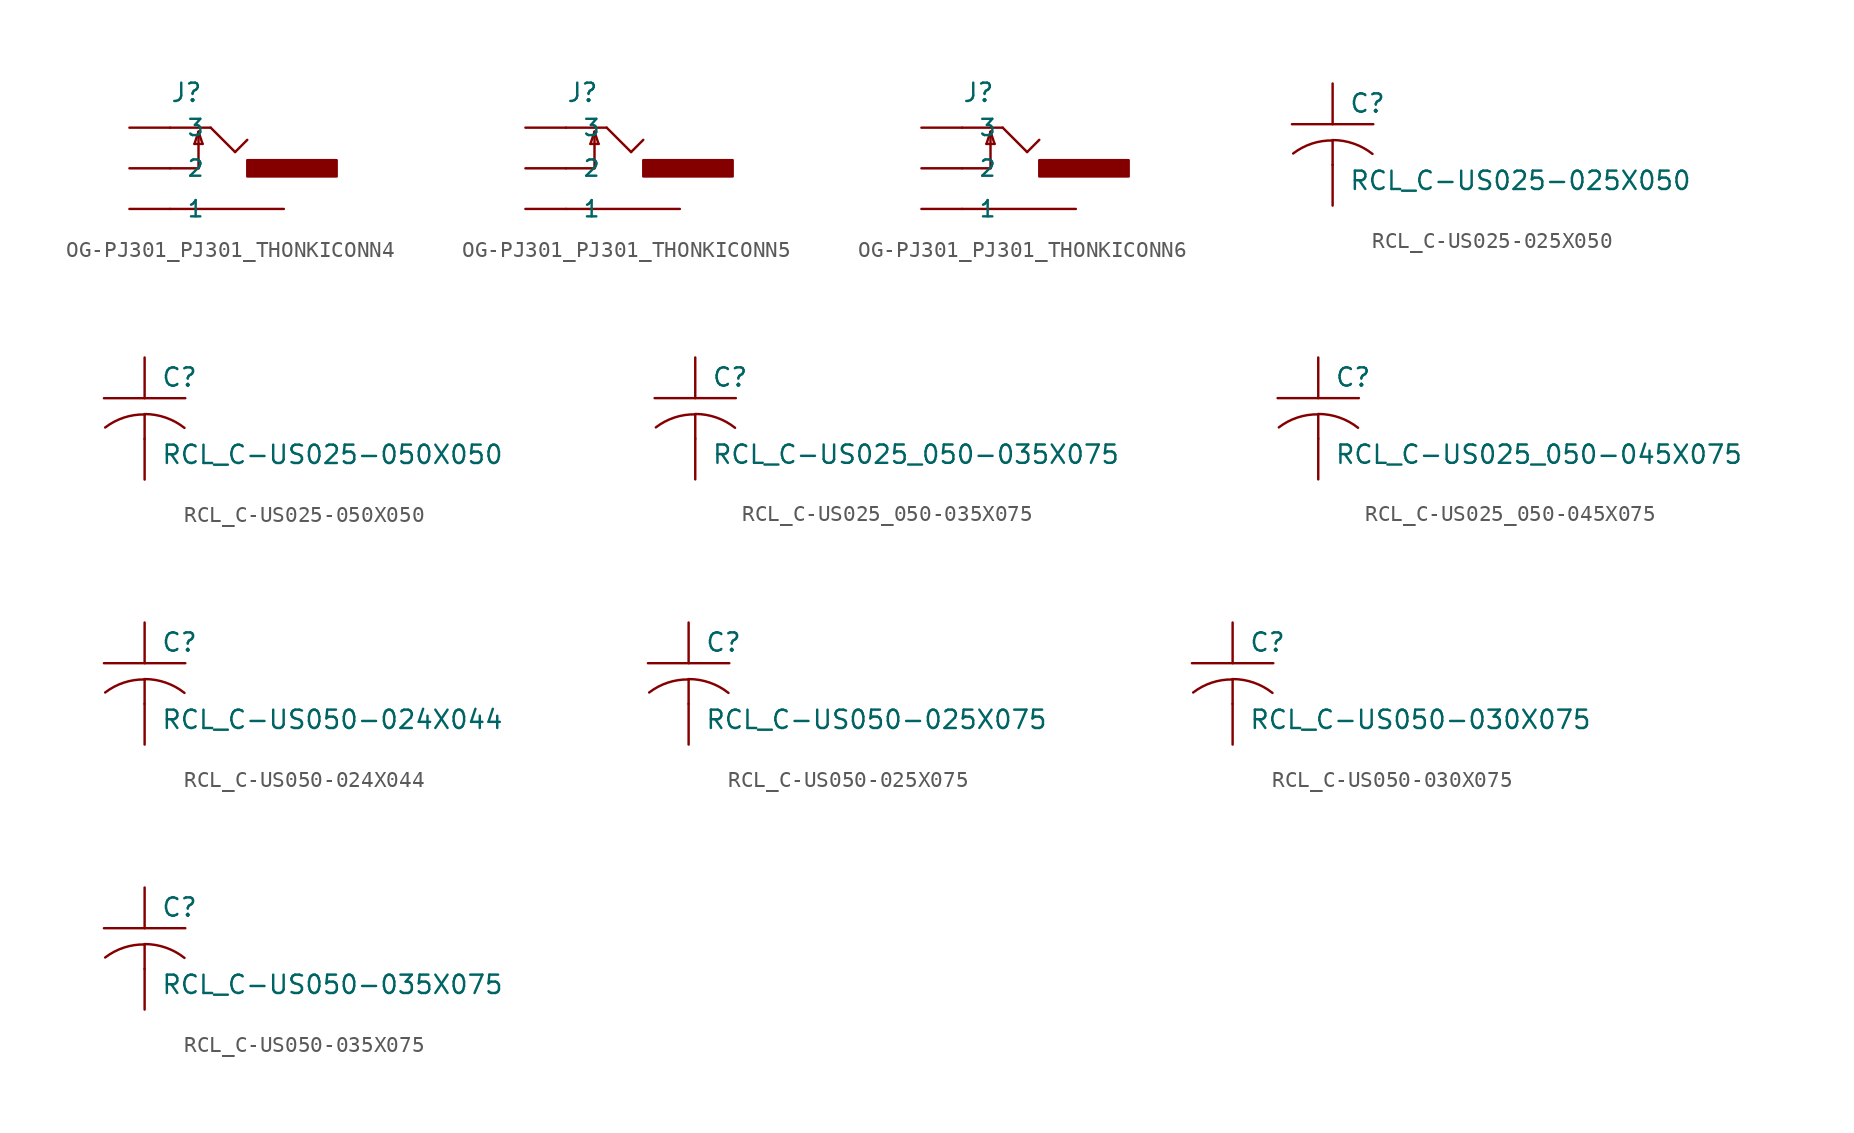
<source format=kicad_sym>
(kicad_symbol_lib
  (version 20210619)
  (generator kicad_symbol_editor)
  (symbol "OG-PJ301_PJ301_THONKICONN4"
    (pin_numbers hide)
    (pin_names
      (offset 1.016))
    (property "Reference" "J"
      (at -2.54 4.064 0)
      (effects (font (size 1.143 1.143)) (justify left bottom)))
    (property "ki_locked" ""
      (at 0 0 0)
      (effects (font (size 1.27 1.27))))
    (symbol "OG-PJ301_PJ301_THONKICONN4_1_0"
      (polyline (pts (xy -2.54 -2.54) (xy 4.572 -2.54)) (stroke (width 0)) (fill (type none)))
      (polyline (pts (xy -2.54 0) (xy -0.762 0)) (stroke (width 0)) (fill (type none)))
      (polyline (pts (xy -2.54 2.54) (xy 0 2.54)) (stroke (width 0)) (fill (type none)))
      (polyline (pts (xy -1.016 1.524) (xy -0.508 1.524)) (stroke (width 0)) (fill (type none)))
      (polyline (pts (xy -0.762 0) (xy -0.762 2.286)) (stroke (width 0)) (fill (type none)))
      (polyline (pts (xy -0.762 2.286) (xy -1.016 1.524)) (stroke (width 0)) (fill (type none)))
      (polyline (pts (xy -0.508 1.524) (xy -0.762 2.286)) (stroke (width 0)) (fill (type none)))
      (polyline (pts (xy 0 2.54) (xy 1.524 1.016)) (stroke (width 0)) (fill (type none)))
      (polyline (pts (xy 1.524 1.016) (xy 2.286 1.778)) (stroke (width 0)) (fill (type none))))
    (symbol "OG-PJ301_PJ301_THONKICONN4_1_1"
      (rectangle (start 2.286 -0.508) (end 7.874 0.508) (stroke (width 0)) (fill (type outline)))
      (pin passive line (at -5.08 -2.54 0) (length 2.54) (name "1" (effects (font (size 1.016 1.016)))) (number "P1" (effects (font (size 1.016 1.016)))))
      (pin passive line (at -5.08 0 0) (length 2.54) (name "2" (effects (font (size 1.016 1.016)))) (number "P2" (effects (font (size 1.016 1.016)))))
      (pin passive line (at -5.08 2.54 0) (length 2.54) (name "3" (effects (font (size 1.016 1.016)))) (number "P3" (effects (font (size 1.016 1.016)))))))
  (symbol "OG-PJ301_PJ301_THONKICONN5"
    (pin_numbers hide)
    (pin_names
      (offset 1.016))
    (property "Reference" "J"
      (at -2.54 4.064 0)
      (effects (font (size 1.143 1.143)) (justify left bottom)))
    (property "ki_locked" ""
      (at 0 0 0)
      (effects (font (size 1.27 1.27))))
    (symbol "OG-PJ301_PJ301_THONKICONN5_1_0"
      (polyline (pts (xy -2.54 -2.54) (xy 4.572 -2.54)) (stroke (width 0)) (fill (type none)))
      (polyline (pts (xy -2.54 0) (xy -0.762 0)) (stroke (width 0)) (fill (type none)))
      (polyline (pts (xy -2.54 2.54) (xy 0 2.54)) (stroke (width 0)) (fill (type none)))
      (polyline (pts (xy -1.016 1.524) (xy -0.508 1.524)) (stroke (width 0)) (fill (type none)))
      (polyline (pts (xy -0.762 0) (xy -0.762 2.286)) (stroke (width 0)) (fill (type none)))
      (polyline (pts (xy -0.762 2.286) (xy -1.016 1.524)) (stroke (width 0)) (fill (type none)))
      (polyline (pts (xy -0.508 1.524) (xy -0.762 2.286)) (stroke (width 0)) (fill (type none)))
      (polyline (pts (xy 0 2.54) (xy 1.524 1.016)) (stroke (width 0)) (fill (type none)))
      (polyline (pts (xy 1.524 1.016) (xy 2.286 1.778)) (stroke (width 0)) (fill (type none))))
    (symbol "OG-PJ301_PJ301_THONKICONN5_1_1"
      (rectangle (start 2.286 -0.508) (end 7.874 0.508) (stroke (width 0)) (fill (type outline)))
      (pin passive line (at -5.08 -2.54 0) (length 2.54) (name "1" (effects (font (size 1.016 1.016)))) (number "P1" (effects (font (size 1.016 1.016)))))
      (pin passive line (at -5.08 0 0) (length 2.54) (name "2" (effects (font (size 1.016 1.016)))) (number "P2" (effects (font (size 1.016 1.016)))))
      (pin passive line (at -5.08 2.54 0) (length 2.54) (name "3" (effects (font (size 1.016 1.016)))) (number "P3" (effects (font (size 1.016 1.016)))))))
  (symbol "OG-PJ301_PJ301_THONKICONN6"
    (pin_numbers hide)
    (pin_names
      (offset 1.016))
    (property "Reference" "J"
      (at -2.54 4.064 0)
      (effects (font (size 1.143 1.143)) (justify left bottom)))
    (property "ki_locked" ""
      (at 0 0 0)
      (effects (font (size 1.27 1.27))))
    (symbol "OG-PJ301_PJ301_THONKICONN6_1_0"
      (polyline (pts (xy -2.54 -2.54) (xy 4.572 -2.54)) (stroke (width 0)) (fill (type none)))
      (polyline (pts (xy -2.54 0) (xy -0.762 0)) (stroke (width 0)) (fill (type none)))
      (polyline (pts (xy -2.54 2.54) (xy 0 2.54)) (stroke (width 0)) (fill (type none)))
      (polyline (pts (xy -1.016 1.524) (xy -0.508 1.524)) (stroke (width 0)) (fill (type none)))
      (polyline (pts (xy -0.762 0) (xy -0.762 2.286)) (stroke (width 0)) (fill (type none)))
      (polyline (pts (xy -0.762 2.286) (xy -1.016 1.524)) (stroke (width 0)) (fill (type none)))
      (polyline (pts (xy -0.508 1.524) (xy -0.762 2.286)) (stroke (width 0)) (fill (type none)))
      (polyline (pts (xy 0 2.54) (xy 1.524 1.016)) (stroke (width 0)) (fill (type none)))
      (polyline (pts (xy 1.524 1.016) (xy 2.286 1.778)) (stroke (width 0)) (fill (type none))))
    (symbol "OG-PJ301_PJ301_THONKICONN6_1_1"
      (rectangle (start 2.286 -0.508) (end 7.874 0.508) (stroke (width 0)) (fill (type outline)))
      (pin passive line (at -5.08 -2.54 0) (length 2.54) (name "1" (effects (font (size 1.016 1.016)))) (number "P1" (effects (font (size 1.016 1.016)))))
      (pin passive line (at -5.08 0 0) (length 2.54) (name "2" (effects (font (size 1.016 1.016)))) (number "P2" (effects (font (size 1.016 1.016)))))
      (pin passive line (at -5.08 2.54 0) (length 2.54) (name "3" (effects (font (size 1.016 1.016)))) (number "P3" (effects (font (size 1.016 1.016)))))))
  (symbol "RCL_C-US025-025X050"
    (pin_numbers hide)
    (pin_names
      (offset 1.016) hide)
    (property "Reference" "C"
      (at 1.016 0.635 0)
      (effects (font (size 1.143 1.143)) (justify left bottom)))
    (property "Value" "RCL_C-US025-025X050"
      (at 1.016 -4.191 0)
      (effects (font (size 1.143 1.143)) (justify left bottom)))
    (property "ki_locked" ""
      (at 0 0 0)
      (effects (font (size 1.27 1.27))))
    (symbol "RCL_C-US025-025X050_1_0"
      (polyline (pts (xy -2.54 0) (xy 2.54 0)) (stroke (width 0)) (fill (type none)))
      (polyline (pts (xy 0 -1.016) (xy 0 -2.54)) (stroke (width 0)) (fill (type none)))
      (polyline (pts (xy 0 -1.016) (xy 0 -1.016)) (stroke (width 0)) (fill (type none))))
    (symbol "RCL_C-US025-025X050_1_1"
      (arc (start 0 -1.016) (end -2.4638 -1.8288) (radius (at 0 -5.08) (length 4.0386) (angles 90.1 127.3)) (stroke (width 0)) (fill (type none)))
      (arc (start 2.4892 -1.8542) (end 0 -0.9906) (radius (at 0 -5.0292) (length 4.0386) (angles 52.3 89.9)) (stroke (width 0)) (fill (type none)))
      (pin passive line (at 0 2.54 270) (length 2.54) (name "1" (effects (font (size 1.016 1.016)))) (number "1" (effects (font (size 1.016 1.016)))))
      (pin passive line (at 0 -5.08 90) (length 2.54) (name "2" (effects (font (size 1.016 1.016)))) (number "2" (effects (font (size 1.016 1.016)))))))
  (symbol "RCL_C-US025-050X050"
    (pin_numbers hide)
    (pin_names
      (offset 1.016) hide)
    (property "Reference" "C"
      (at 1.016 0.635 0)
      (effects (font (size 1.143 1.143)) (justify left bottom)))
    (property "Value" "RCL_C-US025-050X050"
      (at 1.016 -4.191 0)
      (effects (font (size 1.143 1.143)) (justify left bottom)))
    (property "ki_locked" ""
      (at 0 0 0)
      (effects (font (size 1.27 1.27))))
    (symbol "RCL_C-US025-050X050_1_0"
      (polyline (pts (xy -2.54 0) (xy 2.54 0)) (stroke (width 0)) (fill (type none)))
      (polyline (pts (xy 0 -1.016) (xy 0 -2.54)) (stroke (width 0)) (fill (type none)))
      (polyline (pts (xy 0 -1.016) (xy 0 -1.016)) (stroke (width 0)) (fill (type none))))
    (symbol "RCL_C-US025-050X050_1_1"
      (arc (start 0 -1.016) (end -2.4638 -1.8288) (radius (at 0 -5.08) (length 4.0386) (angles 90.1 127.3)) (stroke (width 0)) (fill (type none)))
      (arc (start 2.4892 -1.8542) (end 0 -0.9906) (radius (at 0 -5.0292) (length 4.0386) (angles 52.3 89.9)) (stroke (width 0)) (fill (type none)))
      (pin passive line (at 0 2.54 270) (length 2.54) (name "1" (effects (font (size 1.016 1.016)))) (number "1" (effects (font (size 1.016 1.016)))))
      (pin passive line (at 0 -5.08 90) (length 2.54) (name "2" (effects (font (size 1.016 1.016)))) (number "2" (effects (font (size 1.016 1.016)))))))
  (symbol "RCL_C-US025_050-035X075"
    (pin_numbers hide)
    (pin_names
      (offset 1.016) hide)
    (property "Reference" "C"
      (at 1.016 0.635 0)
      (effects (font (size 1.143 1.143)) (justify left bottom)))
    (property "Value" "RCL_C-US025_050-035X075"
      (at 1.016 -4.191 0)
      (effects (font (size 1.143 1.143)) (justify left bottom)))
    (property "ki_locked" ""
      (at 0 0 0)
      (effects (font (size 1.27 1.27))))
    (symbol "RCL_C-US025_050-035X075_1_0"
      (polyline (pts (xy -2.54 0) (xy 2.54 0)) (stroke (width 0)) (fill (type none)))
      (polyline (pts (xy 0 -1.016) (xy 0 -2.54)) (stroke (width 0)) (fill (type none)))
      (polyline (pts (xy 0 -1.016) (xy 0 -1.016)) (stroke (width 0)) (fill (type none))))
    (symbol "RCL_C-US025_050-035X075_1_1"
      (arc (start 0 -1.016) (end -2.4638 -1.8288) (radius (at 0 -5.08) (length 4.0386) (angles 90.1 127.3)) (stroke (width 0)) (fill (type none)))
      (arc (start 2.4892 -1.8542) (end 0 -0.9906) (radius (at 0 -5.0292) (length 4.0386) (angles 52.3 89.9)) (stroke (width 0)) (fill (type none)))
      (pin passive line (at 0 2.54 270) (length 2.54) (name "1" (effects (font (size 1.016 1.016)))) (number "1" (effects (font (size 1.016 1.016)))))
      (pin passive line (at 0 -5.08 90) (length 2.54) (name "2" (effects (font (size 1.016 1.016)))) (number "2" (effects (font (size 1.016 1.016)))))))
  (symbol "RCL_C-US025_050-045X075"
    (pin_numbers hide)
    (pin_names
      (offset 1.016) hide)
    (property "Reference" "C"
      (at 1.016 0.635 0)
      (effects (font (size 1.143 1.143)) (justify left bottom)))
    (property "Value" "RCL_C-US025_050-045X075"
      (at 1.016 -4.191 0)
      (effects (font (size 1.143 1.143)) (justify left bottom)))
    (property "ki_locked" ""
      (at 0 0 0)
      (effects (font (size 1.27 1.27))))
    (symbol "RCL_C-US025_050-045X075_1_0"
      (polyline (pts (xy -2.54 0) (xy 2.54 0)) (stroke (width 0)) (fill (type none)))
      (polyline (pts (xy 0 -1.016) (xy 0 -2.54)) (stroke (width 0)) (fill (type none)))
      (polyline (pts (xy 0 -1.016) (xy 0 -1.016)) (stroke (width 0)) (fill (type none))))
    (symbol "RCL_C-US025_050-045X075_1_1"
      (arc (start 0 -1.016) (end -2.4638 -1.8288) (radius (at 0 -5.08) (length 4.0386) (angles 90.1 127.3)) (stroke (width 0)) (fill (type none)))
      (arc (start 2.4892 -1.8542) (end 0 -0.9906) (radius (at 0 -5.0292) (length 4.0386) (angles 52.3 89.9)) (stroke (width 0)) (fill (type none)))
      (pin passive line (at 0 2.54 270) (length 2.54) (name "1" (effects (font (size 1.016 1.016)))) (number "1" (effects (font (size 1.016 1.016)))))
      (pin passive line (at 0 -5.08 90) (length 2.54) (name "2" (effects (font (size 1.016 1.016)))) (number "2" (effects (font (size 1.016 1.016)))))))
  (symbol "RCL_C-US050-024X044"
    (pin_numbers hide)
    (pin_names
      (offset 1.016) hide)
    (property "Reference" "C"
      (at 1.016 0.635 0)
      (effects (font (size 1.143 1.143)) (justify left bottom)))
    (property "Value" "RCL_C-US050-024X044"
      (at 1.016 -4.191 0)
      (effects (font (size 1.143 1.143)) (justify left bottom)))
    (property "ki_locked" ""
      (at 0 0 0)
      (effects (font (size 1.27 1.27))))
    (symbol "RCL_C-US050-024X044_1_0"
      (polyline (pts (xy -2.54 0) (xy 2.54 0)) (stroke (width 0)) (fill (type none)))
      (polyline (pts (xy 0 -1.016) (xy 0 -2.54)) (stroke (width 0)) (fill (type none)))
      (polyline (pts (xy 0 -1.016) (xy 0 -1.016)) (stroke (width 0)) (fill (type none))))
    (symbol "RCL_C-US050-024X044_1_1"
      (arc (start 0 -1.016) (end -2.4638 -1.8288) (radius (at 0 -5.08) (length 4.0386) (angles 90.1 127.3)) (stroke (width 0)) (fill (type none)))
      (arc (start 2.4892 -1.8542) (end 0 -0.9906) (radius (at 0 -5.0292) (length 4.0386) (angles 52.3 89.9)) (stroke (width 0)) (fill (type none)))
      (pin passive line (at 0 2.54 270) (length 2.54) (name "1" (effects (font (size 1.016 1.016)))) (number "1" (effects (font (size 1.016 1.016)))))
      (pin passive line (at 0 -5.08 90) (length 2.54) (name "2" (effects (font (size 1.016 1.016)))) (number "2" (effects (font (size 1.016 1.016)))))))
  (symbol "RCL_C-US050-025X075"
    (pin_numbers hide)
    (pin_names
      (offset 1.016) hide)
    (property "Reference" "C"
      (at 1.016 0.635 0)
      (effects (font (size 1.143 1.143)) (justify left bottom)))
    (property "Value" "RCL_C-US050-025X075"
      (at 1.016 -4.191 0)
      (effects (font (size 1.143 1.143)) (justify left bottom)))
    (property "ki_locked" ""
      (at 0 0 0)
      (effects (font (size 1.27 1.27))))
    (symbol "RCL_C-US050-025X075_1_0"
      (polyline (pts (xy -2.54 0) (xy 2.54 0)) (stroke (width 0)) (fill (type none)))
      (polyline (pts (xy 0 -1.016) (xy 0 -2.54)) (stroke (width 0)) (fill (type none)))
      (polyline (pts (xy 0 -1.016) (xy 0 -1.016)) (stroke (width 0)) (fill (type none))))
    (symbol "RCL_C-US050-025X075_1_1"
      (arc (start 0 -1.016) (end -2.4638 -1.8288) (radius (at 0 -5.08) (length 4.0386) (angles 90.1 127.3)) (stroke (width 0)) (fill (type none)))
      (arc (start 2.4892 -1.8542) (end 0 -0.9906) (radius (at 0 -5.0292) (length 4.0386) (angles 52.3 89.9)) (stroke (width 0)) (fill (type none)))
      (pin passive line (at 0 2.54 270) (length 2.54) (name "1" (effects (font (size 1.016 1.016)))) (number "1" (effects (font (size 1.016 1.016)))))
      (pin passive line (at 0 -5.08 90) (length 2.54) (name "2" (effects (font (size 1.016 1.016)))) (number "2" (effects (font (size 1.016 1.016)))))))
  (symbol "RCL_C-US050-030X075"
    (pin_numbers hide)
    (pin_names
      (offset 1.016) hide)
    (property "Reference" "C"
      (at 1.016 0.635 0)
      (effects (font (size 1.143 1.143)) (justify left bottom)))
    (property "Value" "RCL_C-US050-030X075"
      (at 1.016 -4.191 0)
      (effects (font (size 1.143 1.143)) (justify left bottom)))
    (property "ki_locked" ""
      (at 0 0 0)
      (effects (font (size 1.27 1.27))))
    (symbol "RCL_C-US050-030X075_1_0"
      (polyline (pts (xy -2.54 0) (xy 2.54 0)) (stroke (width 0)) (fill (type none)))
      (polyline (pts (xy 0 -1.016) (xy 0 -2.54)) (stroke (width 0)) (fill (type none)))
      (polyline (pts (xy 0 -1.016) (xy 0 -1.016)) (stroke (width 0)) (fill (type none))))
    (symbol "RCL_C-US050-030X075_1_1"
      (arc (start 0 -1.016) (end -2.4638 -1.8288) (radius (at 0 -5.08) (length 4.0386) (angles 90.1 127.3)) (stroke (width 0)) (fill (type none)))
      (arc (start 2.4892 -1.8542) (end 0 -0.9906) (radius (at 0 -5.0292) (length 4.0386) (angles 52.3 89.9)) (stroke (width 0)) (fill (type none)))
      (pin passive line (at 0 2.54 270) (length 2.54) (name "1" (effects (font (size 1.016 1.016)))) (number "1" (effects (font (size 1.016 1.016)))))
      (pin passive line (at 0 -5.08 90) (length 2.54) (name "2" (effects (font (size 1.016 1.016)))) (number "2" (effects (font (size 1.016 1.016)))))))
  (symbol "RCL_C-US050-035X075"
    (pin_numbers hide)
    (pin_names
      (offset 1.016) hide)
    (property "Reference" "C"
      (at 1.016 0.635 0)
      (effects (font (size 1.143 1.143)) (justify left bottom)))
    (property "Value" "RCL_C-US050-035X075"
      (at 1.016 -4.191 0)
      (effects (font (size 1.143 1.143)) (justify left bottom)))
    (property "ki_locked" ""
      (at 0 0 0)
      (effects (font (size 1.27 1.27))))
    (symbol "RCL_C-US050-035X075_1_0"
      (polyline (pts (xy -2.54 0) (xy 2.54 0)) (stroke (width 0)) (fill (type none)))
      (polyline (pts (xy 0 -1.016) (xy 0 -2.54)) (stroke (width 0)) (fill (type none)))
      (polyline (pts (xy 0 -1.016) (xy 0 -1.016)) (stroke (width 0)) (fill (type none))))
    (symbol "RCL_C-US050-035X075_1_1"
      (arc (start 0 -1.016) (end -2.4638 -1.8288) (radius (at 0 -5.08) (length 4.0386) (angles 90.1 127.3)) (stroke (width 0)) (fill (type none)))
      (arc (start 2.4892 -1.8542) (end 0 -0.9906) (radius (at 0 -5.0292) (length 4.0386) (angles 52.3 89.9)) (stroke (width 0)) (fill (type none)))
      (pin passive line (at 0 2.54 270) (length 2.54) (name "1" (effects (font (size 1.016 1.016)))) (number "1" (effects (font (size 1.016 1.016)))))
      (pin passive line (at 0 -5.08 90) (length 2.54) (name "2" (effects (font (size 1.016 1.016)))) (number "2" (effects (font (size 1.016 1.016))))))))
</source>
